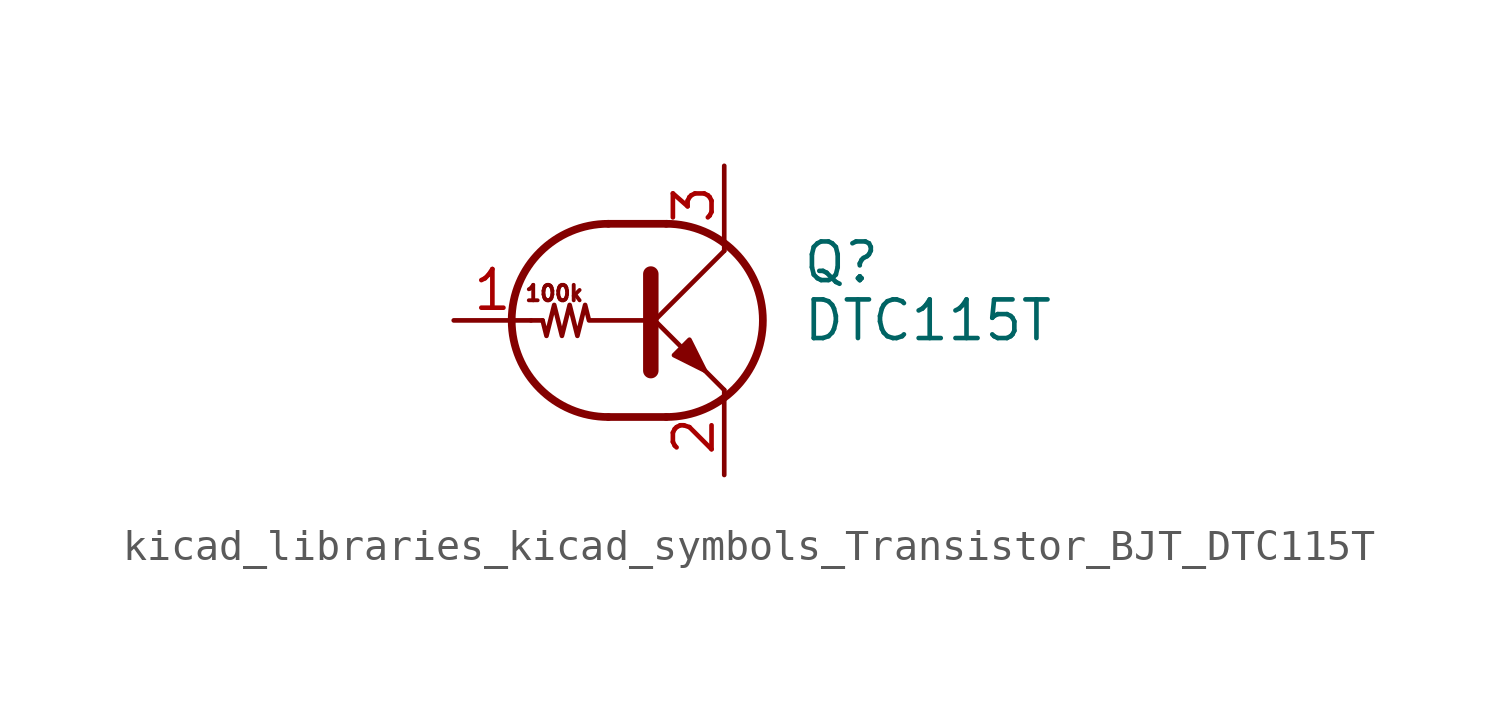
<source format=kicad_sym>
(kicad_symbol_lib
  (version 20220914)
  (generator kicad_symbol_editor)
  (symbol "kicad_libraries_kicad_symbols_Transistor_BJT_DTC115T"
    (pin_names
      (offset 0) hide)
    (property "Reference" "Q"
      (at 5.08 1.905 0)
      (effects (font (size 1.27 1.27)) (justify left)))
    (property "Value" "DTC115T"
      (at 5.08 0 0)
      (effects (font (size 1.27 1.27)) (justify left)))
    (symbol "kicad_libraries_kicad_symbols_Transistor_BJT_DTC115T_0_0"
      (polyline (pts (xy 2.54 -2.286) (xy 2.54 -2.54)) (stroke (width 0) (type default)) (fill (type none)))
      (text "100k" (at -3.048 0.889 0) (effects (font (size 0.508 0.508)))))
    (symbol "kicad_libraries_kicad_symbols_Transistor_BJT_DTC115T_0_1"
      (arc (start -1.27 3.175) (mid -4.4312 0) (end -1.27 -3.175) (stroke (width 0.254) (type default)) (fill (type none)))
      (polyline (pts (xy -3.429 0) (xy -3.81 0)) (stroke (width 0) (type default)) (fill (type none)))
      (polyline (pts (xy -1.27 -3.175) (xy 0.635 -3.175)) (stroke (width 0.254) (type default)) (fill (type none)))
      (polyline (pts (xy -1.27 3.175) (xy 0.635 3.175)) (stroke (width 0.254) (type default)) (fill (type none)))
      (polyline (pts (xy 0 -0.254) (xy 2.54 2.286)) (stroke (width 0) (type default)) (fill (type none)))
      (polyline (pts (xy 0.127 1.524) (xy 0.127 -1.651)) (stroke (width 0.508) (type default)) (fill (type outline)))
      (polyline (pts (xy 2.54 2.286) (xy 2.54 2.54)) (stroke (width 0) (type default)) (fill (type none)))
      (polyline (pts (xy 2.54 -2.286) (xy 0 0.254) (xy 0 0.254)) (stroke (width 0) (type default)) (fill (type none)))
      (polyline (pts (xy 0.889 -1.143) (xy 1.397 -0.635) (xy 1.905 -1.651) (xy 0.889 -1.143)) (stroke (width 0) (type default)) (fill (type outline)))
      (polyline (pts (xy 0 0) (xy -1.905 0) (xy -2.032 0.508) (xy -2.286 -0.508) (xy -2.54 0.508) (xy -2.794 -0.508) (xy -3.048 0.508) (xy -3.302 -0.508) (xy -3.429 0)) (stroke (width 0) (type default)) (fill (type none)))
      (arc (start 0.635 -3.175) (mid 3.7962 0) (end 0.635 3.175) (stroke (width 0.254) (type default)) (fill (type none))))
    (symbol "kicad_libraries_kicad_symbols_Transistor_BJT_DTC115T_1_1"
      (pin input line (at -6.35 0 0) (length 2.54) (name "B" (effects (font (size 1.27 1.27)))) (number "1" (effects (font (size 1.27 1.27)))))
      (pin passive line (at 2.54 -5.08 90) (length 2.54) (name "E" (effects (font (size 1.27 1.27)))) (number "2" (effects (font (size 1.27 1.27)))))
      (pin passive line (at 2.54 5.08 270) (length 2.54) (name "C" (effects (font (size 1.27 1.27)))) (number "3" (effects (font (size 1.27 1.27))))))))
</source>
